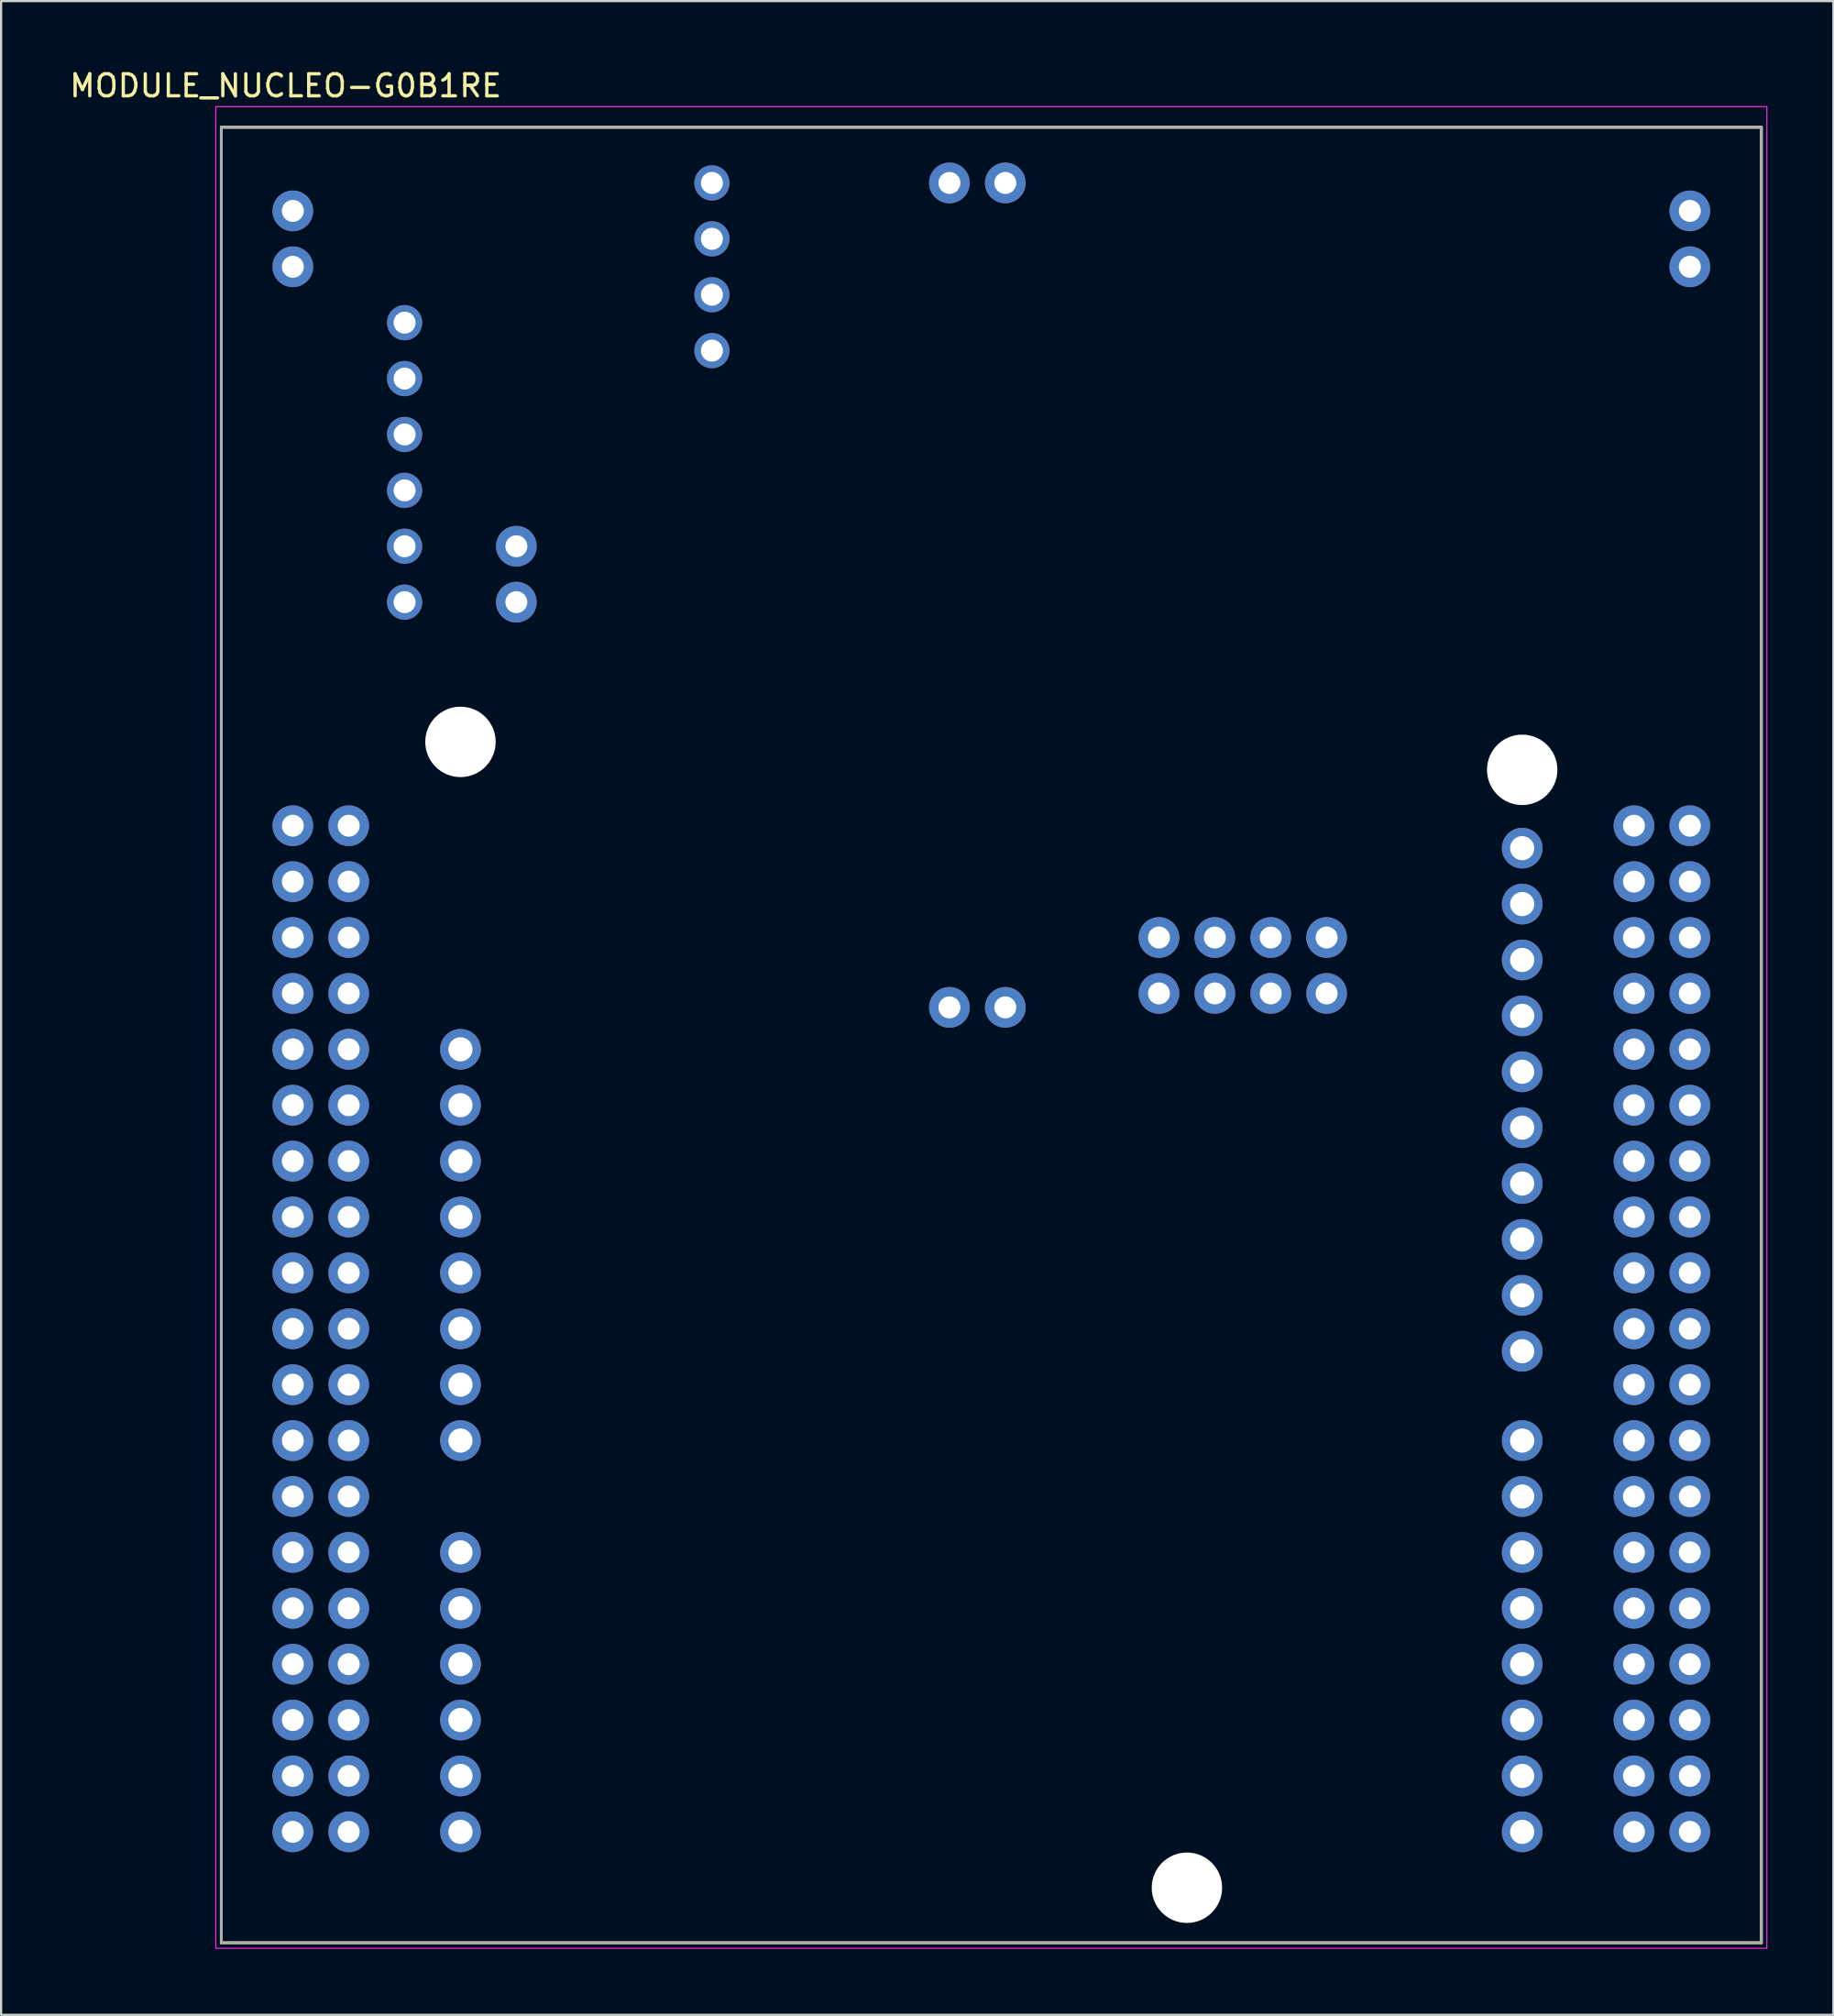
<source format=kicad_pcb>
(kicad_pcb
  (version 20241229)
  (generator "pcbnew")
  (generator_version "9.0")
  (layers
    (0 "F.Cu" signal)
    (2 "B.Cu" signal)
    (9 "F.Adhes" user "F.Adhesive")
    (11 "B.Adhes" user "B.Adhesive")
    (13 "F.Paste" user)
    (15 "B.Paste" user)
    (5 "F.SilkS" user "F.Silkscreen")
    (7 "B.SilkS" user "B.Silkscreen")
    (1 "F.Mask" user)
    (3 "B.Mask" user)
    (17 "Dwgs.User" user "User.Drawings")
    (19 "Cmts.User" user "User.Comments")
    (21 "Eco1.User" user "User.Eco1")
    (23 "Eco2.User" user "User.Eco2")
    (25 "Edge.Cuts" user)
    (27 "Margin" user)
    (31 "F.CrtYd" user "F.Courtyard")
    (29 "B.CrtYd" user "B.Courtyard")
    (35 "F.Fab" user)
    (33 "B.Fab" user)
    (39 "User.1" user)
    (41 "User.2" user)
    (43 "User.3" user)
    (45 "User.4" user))
  (footprint "MODULE_NUCLEO-G0B1RE"
    (layer "F.Cu")
    (at 42.01 43.983)
    (property "Reference" "MODULE_NUCLEO-G0B1RE" (at -32.075 -43.135 0) (layer "F.SilkS") (effects (font (size 1 1) (thickness 0.15))))
    (attr through_hole)
    (fp_line (start -35 -41.25) (end 35 -41.25) (stroke (width 0.127) (type solid)) (layer "F.SilkS"))
    (fp_line (start -35 41.25) (end -35 -41.25) (stroke (width 0.127) (type solid)) (layer "F.SilkS"))
    (fp_line (start 35 -41.25) (end 35 41.25) (stroke (width 0.127) (type solid)) (layer "F.SilkS"))
    (fp_line (start 35 41.25) (end -35 41.25) (stroke (width 0.127) (type solid)) (layer "F.SilkS"))
    (fp_line (start -35.25 -42.19) (end -35.25 41.5) (stroke (width 0.05) (type solid)) (layer "F.CrtYd"))
    (fp_line (start -35.25 41.5) (end 35.25 41.5) (stroke (width 0.05) (type solid)) (layer "F.CrtYd"))
    (fp_line (start 35.25 -42.19) (end -35.25 -42.19) (stroke (width 0.05) (type solid)) (layer "F.CrtYd"))
    (fp_line (start 35.25 41.5) (end 35.25 -42.19) (stroke (width 0.05) (type solid)) (layer "F.CrtYd"))
    (fp_line (start -35 -41.25) (end 35 -41.25) (stroke (width 0.127) (type solid)) (layer "F.Fab"))
    (fp_line (start -35 41.25) (end -35 -41.25) (stroke (width 0.127) (type solid)) (layer "F.Fab"))
    (fp_line (start 35 -41.25) (end 35 41.25) (stroke (width 0.127) (type solid)) (layer "F.Fab"))
    (fp_line (start 35 41.25) (end -35 41.25) (stroke (width 0.127) (type solid)) (layer "F.Fab"))
    (pad "" np_thru_hole circle (at -24.13 -13.32) (size 3.2 3.2) (drill 3.2) (layers "*.Cu" "*.Mask"))
    (pad "" np_thru_hole circle (at 8.89 38.75) (size 3.2 3.2) (drill 3.2) (layers "*.Cu" "*.Mask"))
    (pad "" np_thru_hole circle (at 24.13 -12.05) (size 3.2 3.2) (drill 3.2) (layers "*.Cu" "*.Mask"))
    (pad "CN4_1" thru_hole circle (at -12.7 -38.72) (size 1.6 1.6) (drill 1) (layers "*.Cu" "*.Mask"))
    (pad "CN4_2" thru_hole circle (at -12.7 -36.18) (size 1.6 1.6) (drill 1) (layers "*.Cu" "*.Mask"))
    (pad "CN4_3" thru_hole circle (at -12.7 -33.64) (size 1.6 1.6) (drill 1) (layers "*.Cu" "*.Mask"))
    (pad "CN4_4" thru_hole circle (at -12.7 -31.1) (size 1.6 1.6) (drill 1) (layers "*.Cu" "*.Mask"))
    (pad "CN5_1" thru_hole circle (at 24.13 14.37) (size 1.85 1.85) (drill 1.1) (layers "*.Cu" "*.Mask"))
    (pad "CN5_2" thru_hole circle (at 24.13 11.83) (size 1.85 1.85) (drill 1.1) (layers "*.Cu" "*.Mask"))
    (pad "CN5_3" thru_hole circle (at 24.13 9.29) (size 1.85 1.85) (drill 1.1) (layers "*.Cu" "*.Mask"))
    (pad "CN5_4" thru_hole circle (at 24.13 6.75) (size 1.85 1.85) (drill 1.1) (layers "*.Cu" "*.Mask"))
    (pad "CN5_5" thru_hole circle (at 24.13 4.21) (size 1.85 1.85) (drill 1.1) (layers "*.Cu" "*.Mask"))
    (pad "CN5_6" thru_hole circle (at 24.13 1.67) (size 1.85 1.85) (drill 1.1) (layers "*.Cu" "*.Mask"))
    (pad "CN5_7" thru_hole circle (at 24.13 -0.87) (size 1.85 1.85) (drill 1.1) (layers "*.Cu" "*.Mask"))
    (pad "CN5_8" thru_hole circle (at 24.13 -3.41) (size 1.85 1.85) (drill 1.1) (layers "*.Cu" "*.Mask"))
    (pad "CN5_9" thru_hole circle (at 24.13 -5.95) (size 1.85 1.85) (drill 1.1) (layers "*.Cu" "*.Mask"))
    (pad "CN5_10" thru_hole circle (at 24.13 -8.49) (size 1.85 1.85) (drill 1.1) (layers "*.Cu" "*.Mask"))
    (pad "CN6_1" thru_hole circle (at -24.13 0.65) (size 1.85 1.85) (drill 1.1) (layers "*.Cu" "*.Mask"))
    (pad "CN6_2" thru_hole circle (at -24.13 3.19) (size 1.85 1.85) (drill 1.1) (layers "*.Cu" "*.Mask"))
    (pad "CN6_3" thru_hole circle (at -24.13 5.73) (size 1.85 1.85) (drill 1.1) (layers "*.Cu" "*.Mask"))
    (pad "CN6_4" thru_hole circle (at -24.13 8.27) (size 1.85 1.85) (drill 1.1) (layers "*.Cu" "*.Mask"))
    (pad "CN6_5" thru_hole circle (at -24.13 10.81) (size 1.85 1.85) (drill 1.1) (layers "*.Cu" "*.Mask"))
    (pad "CN6_6" thru_hole circle (at -24.13 13.35) (size 1.85 1.85) (drill 1.1) (layers "*.Cu" "*.Mask"))
    (pad "CN6_7" thru_hole circle (at -24.13 15.89) (size 1.85 1.85) (drill 1.1) (layers "*.Cu" "*.Mask"))
    (pad "CN6_8" thru_hole circle (at -24.13 18.43) (size 1.85 1.85) (drill 1.1) (layers "*.Cu" "*.Mask"))
    (pad "CN7_1" thru_hole circle (at -31.75 -9.51) (size 1.85 1.85) (drill 1) (layers "*.Cu" "*.Mask"))
    (pad "CN7_2" thru_hole circle (at -29.21 -9.51) (size 1.85 1.85) (drill 1) (layers "*.Cu" "*.Mask"))
    (pad "CN7_3" thru_hole circle (at -31.75 -6.97) (size 1.85 1.85) (drill 1) (layers "*.Cu" "*.Mask"))
    (pad "CN7_4" thru_hole circle (at -29.21 -6.97) (size 1.85 1.85) (drill 1) (layers "*.Cu" "*.Mask"))
    (pad "CN7_5" thru_hole circle (at -31.75 -4.43) (size 1.85 1.85) (drill 1) (layers "*.Cu" "*.Mask"))
    (pad "CN7_6" thru_hole circle (at -29.21 -4.43) (size 1.85 1.85) (drill 1) (layers "*.Cu" "*.Mask"))
    (pad "CN7_7" thru_hole circle (at -31.75 -1.89) (size 1.85 1.85) (drill 1) (layers "*.Cu" "*.Mask"))
    (pad "CN7_8" thru_hole circle (at -29.21 -1.89) (size 1.85 1.85) (drill 1) (layers "*.Cu" "*.Mask"))
    (pad "CN7_9" thru_hole circle (at -31.75 0.65) (size 1.85 1.85) (drill 1) (layers "*.Cu" "*.Mask"))
    (pad "CN7_10" thru_hole circle (at -29.21 0.65) (size 1.85 1.85) (drill 1) (layers "*.Cu" "*.Mask"))
    (pad "CN7_11" thru_hole circle (at -31.75 3.19) (size 1.85 1.85) (drill 1) (layers "*.Cu" "*.Mask"))
    (pad "CN7_12" thru_hole circle (at -29.21 3.19) (size 1.85 1.85) (drill 1) (layers "*.Cu" "*.Mask"))
    (pad "CN7_13" thru_hole circle (at -31.75 5.73) (size 1.85 1.85) (drill 1) (layers "*.Cu" "*.Mask"))
    (pad "CN7_14" thru_hole circle (at -29.21 5.73) (size 1.85 1.85) (drill 1) (layers "*.Cu" "*.Mask"))
    (pad "CN7_15" thru_hole circle (at -31.75 8.27) (size 1.85 1.85) (drill 1) (layers "*.Cu" "*.Mask"))
    (pad "CN7_16" thru_hole circle (at -29.21 8.27) (size 1.85 1.85) (drill 1) (layers "*.Cu" "*.Mask"))
    (pad "CN7_17" thru_hole circle (at -31.75 10.81) (size 1.85 1.85) (drill 1) (layers "*.Cu" "*.Mask"))
    (pad "CN7_18" thru_hole circle (at -29.21 10.81) (size 1.85 1.85) (drill 1) (layers "*.Cu" "*.Mask"))
    (pad "CN7_19" thru_hole circle (at -31.75 13.35) (size 1.85 1.85) (drill 1) (layers "*.Cu" "*.Mask"))
    (pad "CN7_20" thru_hole circle (at -29.21 13.35) (size 1.85 1.85) (drill 1) (layers "*.Cu" "*.Mask"))
    (pad "CN7_21" thru_hole circle (at -31.75 15.89) (size 1.85 1.85) (drill 1) (layers "*.Cu" "*.Mask"))
    (pad "CN7_22" thru_hole circle (at -29.21 15.89) (size 1.85 1.85) (drill 1) (layers "*.Cu" "*.Mask"))
    (pad "CN7_23" thru_hole circle (at -31.75 18.43) (size 1.85 1.85) (drill 1) (layers "*.Cu" "*.Mask"))
    (pad "CN7_24" thru_hole circle (at -29.21 18.43) (size 1.85 1.85) (drill 1) (layers "*.Cu" "*.Mask"))
    (pad "CN7_25" thru_hole circle (at -31.75 20.97) (size 1.85 1.85) (drill 1) (layers "*.Cu" "*.Mask"))
    (pad "CN7_26" thru_hole circle (at -29.21 20.97) (size 1.85 1.85) (drill 1) (layers "*.Cu" "*.Mask"))
    (pad "CN7_27" thru_hole circle (at -31.75 23.51) (size 1.85 1.85) (drill 1) (layers "*.Cu" "*.Mask"))
    (pad "CN7_28" thru_hole circle (at -29.21 23.51) (size 1.85 1.85) (drill 1) (layers "*.Cu" "*.Mask"))
    (pad "CN7_29" thru_hole circle (at -31.75 26.05) (size 1.85 1.85) (drill 1) (layers "*.Cu" "*.Mask"))
    (pad "CN7_30" thru_hole circle (at -29.21 26.05) (size 1.85 1.85) (drill 1) (layers "*.Cu" "*.Mask"))
    (pad "CN7_31" thru_hole circle (at -31.75 28.59) (size 1.85 1.85) (drill 1) (layers "*.Cu" "*.Mask"))
    (pad "CN7_32" thru_hole circle (at -29.21 28.59) (size 1.85 1.85) (drill 1) (layers "*.Cu" "*.Mask"))
    (pad "CN7_33" thru_hole circle (at -31.75 31.13) (size 1.85 1.85) (drill 1) (layers "*.Cu" "*.Mask"))
    (pad "CN7_34" thru_hole circle (at -29.21 31.13) (size 1.85 1.85) (drill 1) (layers "*.Cu" "*.Mask"))
    (pad "CN7_35" thru_hole circle (at -31.75 33.67) (size 1.85 1.85) (drill 1) (layers "*.Cu" "*.Mask"))
    (pad "CN7_36" thru_hole circle (at -29.21 33.67) (size 1.85 1.85) (drill 1) (layers "*.Cu" "*.Mask"))
    (pad "CN7_37" thru_hole circle (at -31.75 36.21) (size 1.85 1.85) (drill 1) (layers "*.Cu" "*.Mask"))
    (pad "CN7_38" thru_hole circle (at -29.21 36.21) (size 1.85 1.85) (drill 1) (layers "*.Cu" "*.Mask"))
    (pad "CN8_1" thru_hole circle (at -24.13 23.51) (size 1.85 1.85) (drill 1.1) (layers "*.Cu" "*.Mask"))
    (pad "CN8_2" thru_hole circle (at -24.13 26.05) (size 1.85 1.85) (drill 1.1) (layers "*.Cu" "*.Mask"))
    (pad "CN8_3" thru_hole circle (at -24.13 28.59) (size 1.85 1.85) (drill 1.1) (layers "*.Cu" "*.Mask"))
    (pad "CN8_4" thru_hole circle (at -24.13 31.13) (size 1.85 1.85) (drill 1.1) (layers "*.Cu" "*.Mask"))
    (pad "CN8_5" thru_hole circle (at -24.13 33.67) (size 1.85 1.85) (drill 1.1) (layers "*.Cu" "*.Mask"))
    (pad "CN8_6" thru_hole circle (at -24.13 36.21) (size 1.85 1.85) (drill 1.1) (layers "*.Cu" "*.Mask"))
    (pad "CN9_1" thru_hole circle (at 24.13 36.21) (size 1.85 1.85) (drill 1.1) (layers "*.Cu" "*.Mask"))
    (pad "CN9_2" thru_hole circle (at 24.13 33.67) (size 1.85 1.85) (drill 1.1) (layers "*.Cu" "*.Mask"))
    (pad "CN9_3" thru_hole circle (at 24.13 31.13) (size 1.85 1.85) (drill 1.1) (layers "*.Cu" "*.Mask"))
    (pad "CN9_4" thru_hole circle (at 24.13 28.59) (size 1.85 1.85) (drill 1.1) (layers "*.Cu" "*.Mask"))
    (pad "CN9_5" thru_hole circle (at 24.13 26.05) (size 1.85 1.85) (drill 1.1) (layers "*.Cu" "*.Mask"))
    (pad "CN9_6" thru_hole circle (at 24.13 23.51) (size 1.85 1.85) (drill 1.1) (layers "*.Cu" "*.Mask"))
    (pad "CN9_7" thru_hole circle (at 24.13 20.97) (size 1.85 1.85) (drill 1.1) (layers "*.Cu" "*.Mask"))
    (pad "CN9_8" thru_hole circle (at 24.13 18.43) (size 1.85 1.85) (drill 1.1) (layers "*.Cu" "*.Mask"))
    (pad "CN10_1" thru_hole circle (at 29.21 -9.51) (size 1.85 1.85) (drill 1) (layers "*.Cu" "*.Mask"))
    (pad "CN10_2" thru_hole circle (at 31.75 -9.51) (size 1.85 1.85) (drill 1) (layers "*.Cu" "*.Mask"))
    (pad "CN10_3" thru_hole circle (at 29.21 -6.97) (size 1.85 1.85) (drill 1) (layers "*.Cu" "*.Mask"))
    (pad "CN10_4" thru_hole circle (at 31.75 -6.97) (size 1.85 1.85) (drill 1) (layers "*.Cu" "*.Mask"))
    (pad "CN10_5" thru_hole circle (at 29.21 -4.43) (size 1.85 1.85) (drill 1) (layers "*.Cu" "*.Mask"))
    (pad "CN10_6" thru_hole circle (at 31.75 -4.43) (size 1.85 1.85) (drill 1) (layers "*.Cu" "*.Mask"))
    (pad "CN10_7" thru_hole circle (at 29.21 -1.89) (size 1.85 1.85) (drill 1) (layers "*.Cu" "*.Mask"))
    (pad "CN10_8" thru_hole circle (at 31.75 -1.89) (size 1.85 1.85) (drill 1) (layers "*.Cu" "*.Mask"))
    (pad "CN10_9" thru_hole circle (at 29.21 0.65) (size 1.85 1.85) (drill 1) (layers "*.Cu" "*.Mask"))
    (pad "CN10_10" thru_hole circle (at 31.75 0.65) (size 1.85 1.85) (drill 1) (layers "*.Cu" "*.Mask"))
    (pad "CN10_11" thru_hole circle (at 29.21 3.19) (size 1.85 1.85) (drill 1) (layers "*.Cu" "*.Mask"))
    (pad "CN10_12" thru_hole circle (at 31.75 3.19) (size 1.85 1.85) (drill 1) (layers "*.Cu" "*.Mask"))
    (pad "CN10_13" thru_hole circle (at 29.21 5.73) (size 1.85 1.85) (drill 1) (layers "*.Cu" "*.Mask"))
    (pad "CN10_14" thru_hole circle (at 31.75 5.73) (size 1.85 1.85) (drill 1) (layers "*.Cu" "*.Mask"))
    (pad "CN10_15" thru_hole circle (at 29.21 8.27) (size 1.85 1.85) (drill 1) (layers "*.Cu" "*.Mask"))
    (pad "CN10_16" thru_hole circle (at 31.75 8.27) (size 1.85 1.85) (drill 1) (layers "*.Cu" "*.Mask"))
    (pad "CN10_17" thru_hole circle (at 29.21 10.81) (size 1.85 1.85) (drill 1) (layers "*.Cu" "*.Mask"))
    (pad "CN10_18" thru_hole circle (at 31.75 10.81) (size 1.85 1.85) (drill 1) (layers "*.Cu" "*.Mask"))
    (pad "CN10_19" thru_hole circle (at 29.21 13.35) (size 1.85 1.85) (drill 1) (layers "*.Cu" "*.Mask"))
    (pad "CN10_20" thru_hole circle (at 31.75 13.35) (size 1.85 1.85) (drill 1) (layers "*.Cu" "*.Mask"))
    (pad "CN10_21" thru_hole circle (at 29.21 15.89) (size 1.85 1.85) (drill 1) (layers "*.Cu" "*.Mask"))
    (pad "CN10_22" thru_hole circle (at 31.75 15.89) (size 1.85 1.85) (drill 1) (layers "*.Cu" "*.Mask"))
    (pad "CN10_23" thru_hole circle (at 29.21 18.43) (size 1.85 1.85) (drill 1) (layers "*.Cu" "*.Mask"))
    (pad "CN10_24" thru_hole circle (at 31.75 18.43) (size 1.85 1.85) (drill 1) (layers "*.Cu" "*.Mask"))
    (pad "CN10_25" thru_hole circle (at 29.21 20.97) (size 1.85 1.85) (drill 1) (layers "*.Cu" "*.Mask"))
    (pad "CN10_26" thru_hole circle (at 31.75 20.97) (size 1.85 1.85) (drill 1) (layers "*.Cu" "*.Mask"))
    (pad "CN10_27" thru_hole circle (at 29.21 23.51) (size 1.85 1.85) (drill 1) (layers "*.Cu" "*.Mask"))
    (pad "CN10_28" thru_hole circle (at 31.75 23.51) (size 1.85 1.85) (drill 1) (layers "*.Cu" "*.Mask"))
    (pad "CN10_29" thru_hole circle (at 29.21 26.05) (size 1.85 1.85) (drill 1) (layers "*.Cu" "*.Mask"))
    (pad "CN10_30" thru_hole circle (at 31.75 26.05) (size 1.85 1.85) (drill 1) (layers "*.Cu" "*.Mask"))
    (pad "CN10_31" thru_hole circle (at 29.21 28.59) (size 1.85 1.85) (drill 1) (layers "*.Cu" "*.Mask"))
    (pad "CN10_32" thru_hole circle (at 31.75 28.59) (size 1.85 1.85) (drill 1) (layers "*.Cu" "*.Mask"))
    (pad "CN10_33" thru_hole circle (at 29.21 31.13) (size 1.85 1.85) (drill 1) (layers "*.Cu" "*.Mask"))
    (pad "CN10_34" thru_hole circle (at 31.75 31.13) (size 1.85 1.85) (drill 1) (layers "*.Cu" "*.Mask"))
    (pad "CN10_35" thru_hole circle (at 29.21 33.67) (size 1.85 1.85) (drill 1) (layers "*.Cu" "*.Mask"))
    (pad "CN10_36" thru_hole circle (at 31.75 33.67) (size 1.85 1.85) (drill 1) (layers "*.Cu" "*.Mask"))
    (pad "CN10_37" thru_hole circle (at 29.21 36.21) (size 1.85 1.85) (drill 1) (layers "*.Cu" "*.Mask"))
    (pad "CN10_38" thru_hole circle (at 31.75 36.21) (size 1.85 1.85) (drill 1) (layers "*.Cu" "*.Mask"))
    (pad "CN11_1" thru_hole circle (at -26.67 -32.37) (size 1.6 1.6) (drill 1) (layers "*.Cu" "*.Mask"))
    (pad "CN11_2" thru_hole circle (at -26.67 -29.83) (size 1.6 1.6) (drill 1) (layers "*.Cu" "*.Mask"))
    (pad "CN11_3" thru_hole circle (at -26.67 -27.29) (size 1.6 1.6) (drill 1) (layers "*.Cu" "*.Mask"))
    (pad "CN11_4" thru_hole circle (at -26.67 -24.75) (size 1.6 1.6) (drill 1) (layers "*.Cu" "*.Mask"))
    (pad "CN11_5" thru_hole circle (at -26.67 -22.21) (size 1.6 1.6) (drill 1) (layers "*.Cu" "*.Mask"))
    (pad "CN11_6" thru_hole circle (at -26.67 -19.67) (size 1.6 1.6) (drill 1) (layers "*.Cu" "*.Mask"))
    (pad "JP1_1" thru_hole circle (at 0.635 -38.72) (size 1.85 1.85) (drill 1) (layers "*.Cu" "*.Mask"))
    (pad "JP1_2" thru_hole circle (at -1.905 -38.72) (size 1.85 1.85) (drill 1) (layers "*.Cu" "*.Mask"))
    (pad "JP2_1" thru_hole circle (at 15.24 -4.43) (size 1.85 1.85) (drill 1) (layers "*.Cu" "*.Mask"))
    (pad "JP2_2" thru_hole circle (at 15.24 -1.89) (size 1.85 1.85) (drill 1) (layers "*.Cu" "*.Mask"))
    (pad "JP2_3" thru_hole circle (at 12.7 -4.43) (size 1.85 1.85) (drill 1) (layers "*.Cu" "*.Mask"))
    (pad "JP2_4" thru_hole circle (at 12.7 -1.89) (size 1.85 1.85) (drill 1) (layers "*.Cu" "*.Mask"))
    (pad "JP2_5" thru_hole circle (at 10.16 -4.43) (size 1.85 1.85) (drill 1) (layers "*.Cu" "*.Mask"))
    (pad "JP2_6" thru_hole circle (at 10.16 -1.89) (size 1.85 1.85) (drill 1) (layers "*.Cu" "*.Mask"))
    (pad "JP2_7" thru_hole circle (at 7.62 -4.43) (size 1.85 1.85) (drill 1) (layers "*.Cu" "*.Mask"))
    (pad "JP2_8" thru_hole circle (at 7.62 -1.89) (size 1.85 1.85) (drill 1) (layers "*.Cu" "*.Mask"))
    (pad "JP3_1" thru_hole circle (at -1.905 -1.255) (size 1.85 1.85) (drill 1) (layers "*.Cu" "*.Mask"))
    (pad "JP3_2" thru_hole circle (at 0.635 -1.255) (size 1.85 1.85) (drill 1) (layers "*.Cu" "*.Mask"))
    (pad "JP4_1" thru_hole circle (at -31.75 -34.91) (size 1.85 1.85) (drill 1) (layers "*.Cu" "*.Mask"))
    (pad "JP4_2" thru_hole circle (at -31.75 -37.45) (size 1.85 1.85) (drill 1) (layers "*.Cu" "*.Mask"))
    (pad "JP5_1" thru_hole circle (at 31.75 -34.91) (size 1.85 1.85) (drill 1) (layers "*.Cu" "*.Mask"))
    (pad "JP5_2" thru_hole circle (at 31.75 -37.45) (size 1.85 1.85) (drill 1) (layers "*.Cu" "*.Mask"))
    (pad "JP6_1" thru_hole circle (at -21.59 -19.67) (size 1.85 1.85) (drill 1) (layers "*.Cu" "*.Mask"))
    (pad "JP6_2" thru_hole circle (at -21.59 -22.21) (size 1.85 1.85) (drill 1) (layers "*.Cu" "*.Mask")))
  (gr_rect
    (start -3 -3)
    (end 80.285 88.508)
    (stroke (width 0.1) (type default))
    (fill no)
    (layer "Edge.Cuts")))
</source>
